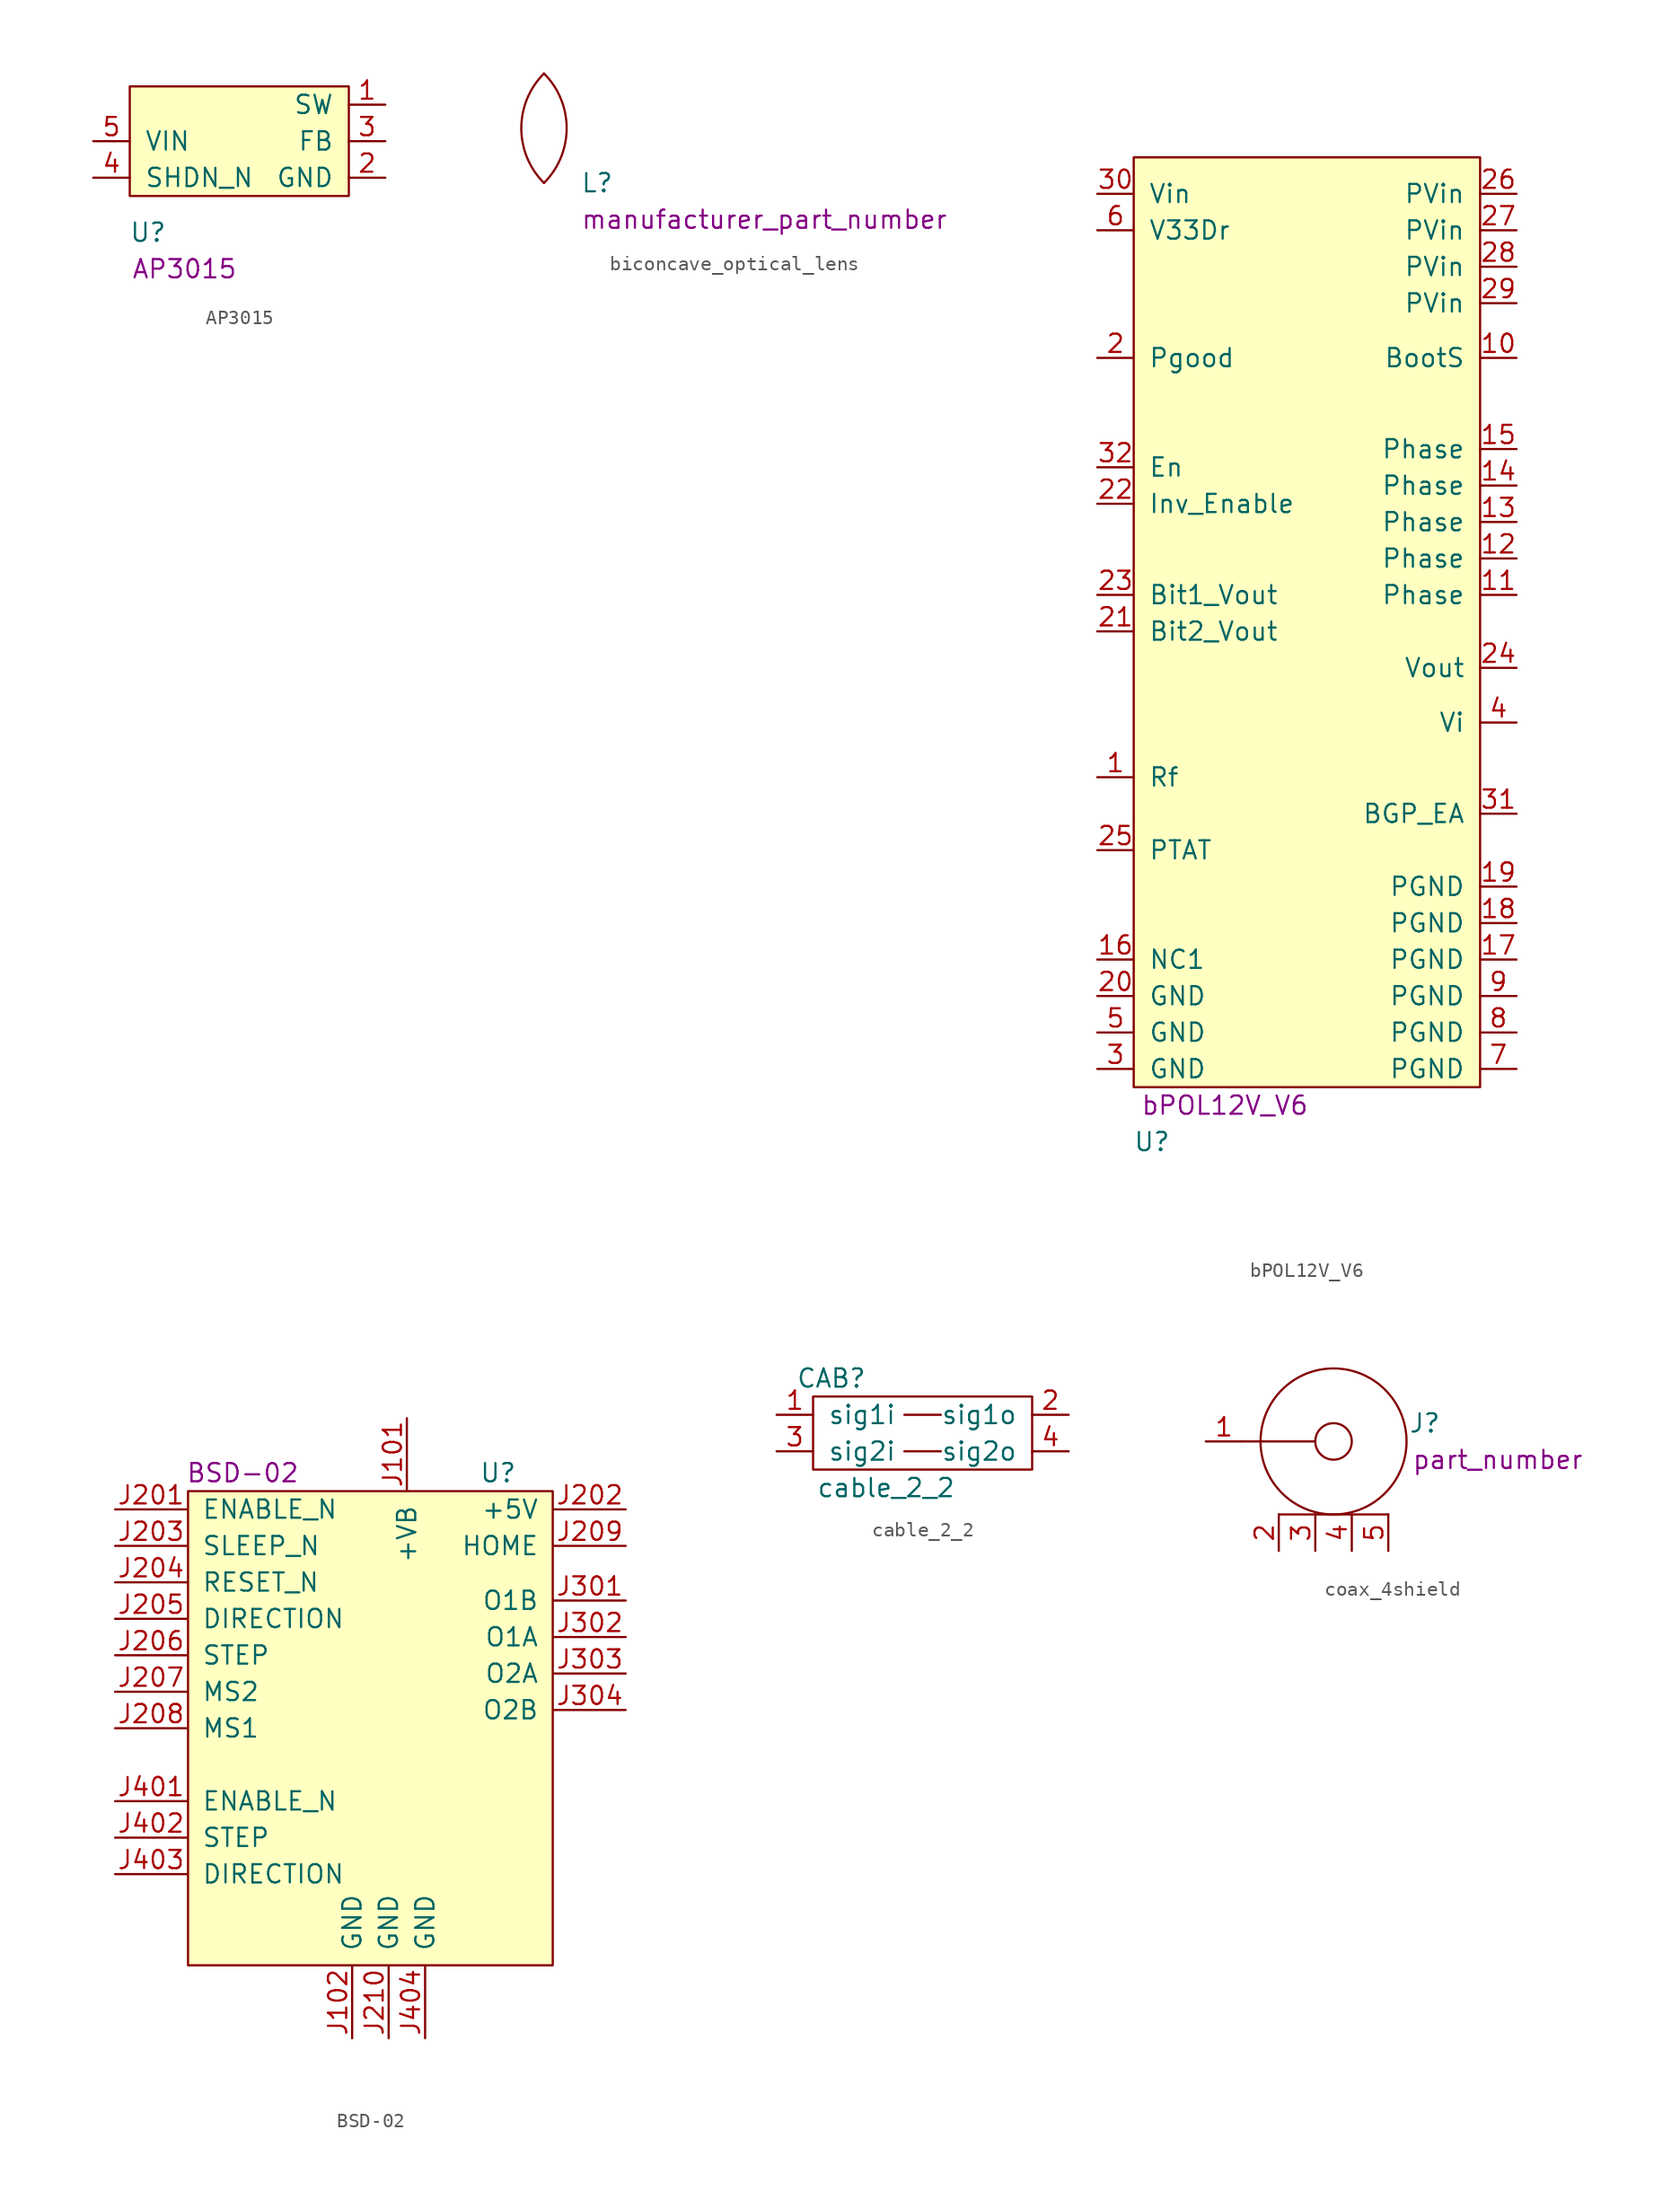
<source format=kicad_sym>
(kicad_symbol_lib
  (version 20220914)
  (generator kicad_symbol_editor)
  (symbol "AP3015"
    (pin_names
      (offset 1.016))
    (property "Reference" "U"
      (at 1.27 -2.54 0)
      (effects (font (size 1.27 1.27))))
    (property "manufacturer_part_number" "AP3015"
      (at 3.81 -5.08 0)
      (effects (font (size 1.27 1.27))))
    (symbol "AP3015_0_0"
      (pin bidirectional line (at 17.78 6.35 180) (length 2.54) (name "SW" (effects (font (size 1.27 1.27)))) (number "1" (effects (font (size 1.27 1.27)))))
      (pin bidirectional line (at 17.78 1.27 180) (length 2.54) (name "GND" (effects (font (size 1.27 1.27)))) (number "2" (effects (font (size 1.27 1.27)))))
      (pin bidirectional line (at 17.78 3.81 180) (length 2.54) (name "FB" (effects (font (size 1.27 1.27)))) (number "3" (effects (font (size 1.27 1.27)))))
      (pin bidirectional line (at -2.54 1.27 0) (length 2.54) (name "SHDN_N" (effects (font (size 1.27 1.27)))) (number "4" (effects (font (size 1.27 1.27)))))
      (pin bidirectional line (at -2.54 3.81 0) (length 2.54) (name "VIN" (effects (font (size 1.27 1.27)))) (number "5" (effects (font (size 1.27 1.27))))))
    (symbol "AP3015_0_1"
      (rectangle (start 0 7.62) (end 15.24 0) (stroke (width 0) (type solid)) (fill (type background)))))
  (symbol "biconcave_optical_lens"
    (pin_names
      (offset 1.016))
    (property "Reference" "L"
      (at 2.54 0 0)
      (effects (font (size 1.27 1.27)) (justify left)))
    (property "manufacturer_part_number" "manufacturer_part_number"
      (at 2.54 -2.54 0)
      (effects (font (size 1.27 1.27)) (justify left)))
    (symbol "biconcave_optical_lens_0_1"
      (arc (start 0 0) (mid 1.5782 3.81) (end 0 7.62) (stroke (width 0) (type solid)) (fill (type none)))
      (arc (start 0 7.62) (mid -1.5782 3.81) (end 0 0) (stroke (width 0) (type solid)) (fill (type none)))))
  (symbol "bPOL12V_V6"
    (pin_names
      (offset 1.016))
    (property "Reference" "U"
      (at 1.27 -3.81 0)
      (effects (font (size 1.27 1.27))))
    (property "Manufacturer Part Number" "bPOL12V_V6"
      (at 6.35 -1.27 0)
      (effects (font (size 1.27 1.27))))
    (symbol "bPOL12V_V6_0_0"
      (pin bidirectional line (at -2.54 21.59 0) (length 2.54) (name "Rf" (effects (font (size 1.27 1.27)))) (number "1" (effects (font (size 1.27 1.27)))))
      (pin bidirectional line (at 26.67 50.8 180) (length 2.54) (name "BootS" (effects (font (size 1.27 1.27)))) (number "10" (effects (font (size 1.27 1.27)))))
      (pin bidirectional line (at 26.67 34.29 180) (length 2.54) (name "Phase" (effects (font (size 1.27 1.27)))) (number "11" (effects (font (size 1.27 1.27)))))
      (pin bidirectional line (at 26.67 36.83 180) (length 2.54) (name "Phase" (effects (font (size 1.27 1.27)))) (number "12" (effects (font (size 1.27 1.27)))))
      (pin bidirectional line (at 26.67 39.37 180) (length 2.54) (name "Phase" (effects (font (size 1.27 1.27)))) (number "13" (effects (font (size 1.27 1.27)))))
      (pin bidirectional line (at 26.67 41.91 180) (length 2.54) (name "Phase" (effects (font (size 1.27 1.27)))) (number "14" (effects (font (size 1.27 1.27)))))
      (pin bidirectional line (at 26.67 44.45 180) (length 2.54) (name "Phase" (effects (font (size 1.27 1.27)))) (number "15" (effects (font (size 1.27 1.27)))))
      (pin bidirectional line (at -2.54 8.89 0) (length 2.54) (name "NC1" (effects (font (size 1.27 1.27)))) (number "16" (effects (font (size 1.27 1.27)))))
      (pin bidirectional line (at 26.67 8.89 180) (length 2.54) (name "PGND" (effects (font (size 1.27 1.27)))) (number "17" (effects (font (size 1.27 1.27)))))
      (pin bidirectional line (at 26.67 11.43 180) (length 2.54) (name "PGND" (effects (font (size 1.27 1.27)))) (number "18" (effects (font (size 1.27 1.27)))))
      (pin bidirectional line (at 26.67 13.97 180) (length 2.54) (name "PGND" (effects (font (size 1.27 1.27)))) (number "19" (effects (font (size 1.27 1.27)))))
      (pin bidirectional line (at -2.54 50.8 0) (length 2.54) (name "Pgood" (effects (font (size 1.27 1.27)))) (number "2" (effects (font (size 1.27 1.27)))))
      (pin bidirectional line (at -2.54 6.35 0) (length 2.54) (name "GND" (effects (font (size 1.27 1.27)))) (number "20" (effects (font (size 1.27 1.27)))))
      (pin bidirectional line (at -2.54 31.75 0) (length 2.54) (name "Bit2_Vout" (effects (font (size 1.27 1.27)))) (number "21" (effects (font (size 1.27 1.27)))))
      (pin bidirectional line (at -2.54 40.64 0) (length 2.54) (name "Inv_Enable" (effects (font (size 1.27 1.27)))) (number "22" (effects (font (size 1.27 1.27)))))
      (pin bidirectional line (at -2.54 34.29 0) (length 2.54) (name "Bit1_Vout" (effects (font (size 1.27 1.27)))) (number "23" (effects (font (size 1.27 1.27)))))
      (pin bidirectional line (at 26.67 29.21 180) (length 2.54) (name "Vout" (effects (font (size 1.27 1.27)))) (number "24" (effects (font (size 1.27 1.27)))))
      (pin bidirectional line (at -2.54 16.51 0) (length 2.54) (name "PTAT" (effects (font (size 1.27 1.27)))) (number "25" (effects (font (size 1.27 1.27)))))
      (pin bidirectional line (at 26.67 62.23 180) (length 2.54) (name "PVin" (effects (font (size 1.27 1.27)))) (number "26" (effects (font (size 1.27 1.27)))))
      (pin bidirectional line (at 26.67 59.69 180) (length 2.54) (name "PVin" (effects (font (size 1.27 1.27)))) (number "27" (effects (font (size 1.27 1.27)))))
      (pin bidirectional line (at 26.67 57.15 180) (length 2.54) (name "PVin" (effects (font (size 1.27 1.27)))) (number "28" (effects (font (size 1.27 1.27)))))
      (pin bidirectional line (at 26.67 54.61 180) (length 2.54) (name "PVin" (effects (font (size 1.27 1.27)))) (number "29" (effects (font (size 1.27 1.27)))))
      (pin bidirectional line (at -2.54 1.27 0) (length 2.54) (name "GND" (effects (font (size 1.27 1.27)))) (number "3" (effects (font (size 1.27 1.27)))))
      (pin bidirectional line (at -2.54 62.23 0) (length 2.54) (name "Vin" (effects (font (size 1.27 1.27)))) (number "30" (effects (font (size 1.27 1.27)))))
      (pin bidirectional line (at 26.67 19.05 180) (length 2.54) (name "BGP_EA" (effects (font (size 1.27 1.27)))) (number "31" (effects (font (size 1.27 1.27)))))
      (pin bidirectional line (at -2.54 43.18 0) (length 2.54) (name "En" (effects (font (size 1.27 1.27)))) (number "32" (effects (font (size 1.27 1.27)))))
      (pin bidirectional line (at 26.67 25.4 180) (length 2.54) (name "Vi" (effects (font (size 1.27 1.27)))) (number "4" (effects (font (size 1.27 1.27)))))
      (pin bidirectional line (at -2.54 3.81 0) (length 2.54) (name "GND" (effects (font (size 1.27 1.27)))) (number "5" (effects (font (size 1.27 1.27)))))
      (pin bidirectional line (at -2.54 59.69 0) (length 2.54) (name "V33Dr" (effects (font (size 1.27 1.27)))) (number "6" (effects (font (size 1.27 1.27)))))
      (pin bidirectional line (at 26.67 1.27 180) (length 2.54) (name "PGND" (effects (font (size 1.27 1.27)))) (number "7" (effects (font (size 1.27 1.27)))))
      (pin bidirectional line (at 26.67 3.81 180) (length 2.54) (name "PGND" (effects (font (size 1.27 1.27)))) (number "8" (effects (font (size 1.27 1.27)))))
      (pin bidirectional line (at 26.67 6.35 180) (length 2.54) (name "PGND" (effects (font (size 1.27 1.27)))) (number "9" (effects (font (size 1.27 1.27))))))
    (symbol "bPOL12V_V6_0_1"
      (rectangle (start 0 64.77) (end 24.13 0) (stroke (width 0) (type solid)) (fill (type background)))))
  (symbol "BSD-02"
    (pin_names
      (offset 1.016))
    (property "Reference" "U"
      (at 21.59 34.29 0)
      (effects (font (size 1.27 1.27))))
    (property "manufacturer_part_number" "BSD-02"
      (at 3.81 34.29 0)
      (effects (font (size 1.27 1.27))))
    (symbol "BSD-02_0_1"
      (rectangle (start 0 33.02) (end 25.4 0) (stroke (width 0) (type solid)) (fill (type background))))
    (symbol "BSD-02_1_1"
      (pin power_in line (at 15.24 38.1 270) (length 5.004) (name "+VB" (effects (font (size 1.27 1.27)))) (number "J101" (effects (font (size 1.27 1.27)))))
      (pin power_out line (at 11.43 -5.08 90) (length 5.004) (name "GND" (effects (font (size 1.27 1.27)))) (number "J102" (effects (font (size 1.27 1.27)))))
      (pin input line (at -5.08 31.75 0) (length 5.004) (name "ENABLE_N" (effects (font (size 1.27 1.27)))) (number "J201" (effects (font (size 1.27 1.27)))))
      (pin output line (at 30.48 31.75 180) (length 5.004) (name "+5V" (effects (font (size 1.27 1.27)))) (number "J202" (effects (font (size 1.27 1.27)))))
      (pin input line (at -5.08 29.21 0) (length 5.004) (name "SLEEP_N" (effects (font (size 1.27 1.27)))) (number "J203" (effects (font (size 1.27 1.27)))))
      (pin input line (at -5.08 26.67 0) (length 5.004) (name "RESET_N" (effects (font (size 1.27 1.27)))) (number "J204" (effects (font (size 1.27 1.27)))))
      (pin input line (at -5.08 24.13 0) (length 5.004) (name "DIRECTION" (effects (font (size 1.27 1.27)))) (number "J205" (effects (font (size 1.27 1.27)))))
      (pin input line (at -5.08 21.59 0) (length 5.004) (name "STEP" (effects (font (size 1.27 1.27)))) (number "J206" (effects (font (size 1.27 1.27)))))
      (pin input line (at -5.08 19.05 0) (length 5.004) (name "MS2" (effects (font (size 1.27 1.27)))) (number "J207" (effects (font (size 1.27 1.27)))))
      (pin input line (at -5.08 16.51 0) (length 5.004) (name "MS1" (effects (font (size 1.27 1.27)))) (number "J208" (effects (font (size 1.27 1.27)))))
      (pin output line (at 30.48 29.21 180) (length 5.004) (name "HOME" (effects (font (size 1.27 1.27)))) (number "J209" (effects (font (size 1.27 1.27)))))
      (pin power_out line (at 13.97 -5.08 90) (length 5.004) (name "GND" (effects (font (size 1.27 1.27)))) (number "J210" (effects (font (size 1.27 1.27)))))
      (pin output line (at 30.48 25.4 180) (length 5.004) (name "O1B" (effects (font (size 1.27 1.27)))) (number "J301" (effects (font (size 1.27 1.27)))))
      (pin output line (at 30.48 22.86 180) (length 5.004) (name "O1A" (effects (font (size 1.27 1.27)))) (number "J302" (effects (font (size 1.27 1.27)))))
      (pin output line (at 30.48 20.32 180) (length 5.004) (name "O2A" (effects (font (size 1.27 1.27)))) (number "J303" (effects (font (size 1.27 1.27)))))
      (pin output line (at 30.48 17.78 180) (length 5.004) (name "O2B" (effects (font (size 1.27 1.27)))) (number "J304" (effects (font (size 1.27 1.27)))))
      (pin input line (at -5.08 11.43 0) (length 5.004) (name "ENABLE_N" (effects (font (size 1.27 1.27)))) (number "J401" (effects (font (size 1.27 1.27)))))
      (pin input line (at -5.08 8.89 0) (length 5.004) (name "STEP" (effects (font (size 1.27 1.27)))) (number "J402" (effects (font (size 1.27 1.27)))))
      (pin input line (at -5.08 6.35 0) (length 5.004) (name "DIRECTION" (effects (font (size 1.27 1.27)))) (number "J403" (effects (font (size 1.27 1.27)))))
      (pin power_out line (at 16.51 -5.08 90) (length 5.004) (name "GND" (effects (font (size 1.27 1.27)))) (number "J404" (effects (font (size 1.27 1.27)))))))
  (symbol "cable_2_2"
    (pin_names
      (offset 1.016))
    (property "Reference" "CAB"
      (at -6.35 3.81 0)
      (effects (font (size 1.27 1.27))))
    (property "Value" "cable_2_2"
      (at -2.54 -3.81 0)
      (effects (font (size 1.27 1.27))))
    (symbol "cable_2_2_0_1"
      (rectangle (start -7.62 2.54) (end 7.62 -2.54) (stroke (width 0) (type solid)) (fill (type none)))
      (polyline (pts (xy -1.27 -1.27) (xy 1.27 -1.27)) (stroke (width 0) (type solid)) (fill (type none)))
      (polyline (pts (xy -1.27 1.27) (xy 1.27 1.27)) (stroke (width 0) (type solid)) (fill (type none))))
    (symbol "cable_2_2_1_1"
      (pin input line (at -10.16 1.27 0) (length 2.54) (name "sig1i" (effects (font (size 1.27 1.27)))) (number "1" (effects (font (size 1.27 1.27)))))
      (pin output line (at 10.16 1.27 180) (length 2.54) (name "sig1o" (effects (font (size 1.27 1.27)))) (number "2" (effects (font (size 1.27 1.27)))))
      (pin input line (at -10.16 -1.27 0) (length 2.54) (name "sig2i" (effects (font (size 1.27 1.27)))) (number "3" (effects (font (size 1.27 1.27)))))
      (pin input line (at 10.16 -1.27 180) (length 2.54) (name "sig2o" (effects (font (size 1.27 1.27)))) (number "4" (effects (font (size 1.27 1.27)))))))
  (symbol "coax_4shield"
    (pin_names
      (offset 1.016))
    (property "Reference" "J"
      (at 10.16 6.35 0)
      (effects (font (size 1.27 1.27))))
    (property "manufacturer_part_number" "part_number"
      (at 15.24 3.81 0)
      (effects (font (size 1.27 1.27))))
    (symbol "coax_4shield_0_1"
      (polyline (pts (xy -2.54 5.08) (xy 2.54 5.08)) (stroke (width 0) (type solid)) (fill (type none)))
      (polyline (pts (xy 0 0) (xy 7.62 0)) (stroke (width 0) (type solid)) (fill (type none)))
      (circle (center 3.81 5.08) (radius 1.27) (stroke (width 0) (type solid)) (fill (type none)))
      (circle (center 3.81 5.08) (radius 5.08) (stroke (width 0) (type solid)) (fill (type none))))
    (symbol "coax_4shield_1_1"
      (pin bidirectional line (at -5.08 5.08 0) (length 2.54) (name "~" (effects (font (size 1.27 1.27)))) (number "1" (effects (font (size 1.27 1.27)))))
      (pin bidirectional line (at 0 -2.54 90) (length 2.54) (name "~" (effects (font (size 1.27 1.27)))) (number "2" (effects (font (size 1.27 1.27)))))
      (pin bidirectional line (at 2.54 -2.54 90) (length 2.54) (name "~" (effects (font (size 1.27 1.27)))) (number "3" (effects (font (size 1.27 1.27)))))
      (pin bidirectional line (at 5.08 -2.54 90) (length 2.54) (name "~" (effects (font (size 1.27 1.27)))) (number "4" (effects (font (size 1.27 1.27)))))
      (pin bidirectional line (at 7.62 -2.54 90) (length 2.54) (name "~" (effects (font (size 1.27 1.27)))) (number "5" (effects (font (size 1.27 1.27))))))))
</source>
